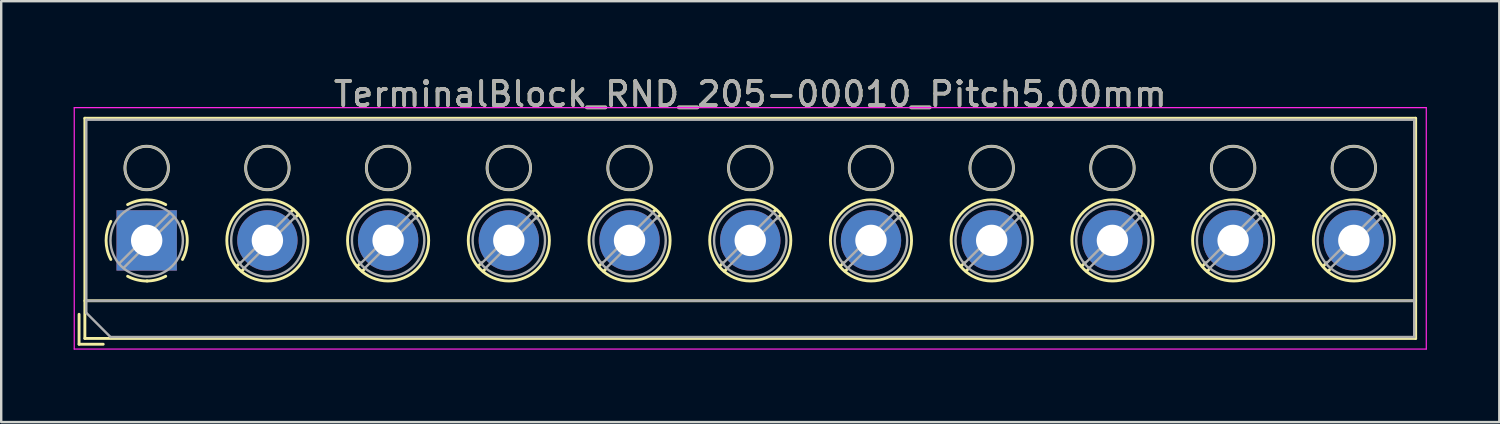
<source format=kicad_pcb>
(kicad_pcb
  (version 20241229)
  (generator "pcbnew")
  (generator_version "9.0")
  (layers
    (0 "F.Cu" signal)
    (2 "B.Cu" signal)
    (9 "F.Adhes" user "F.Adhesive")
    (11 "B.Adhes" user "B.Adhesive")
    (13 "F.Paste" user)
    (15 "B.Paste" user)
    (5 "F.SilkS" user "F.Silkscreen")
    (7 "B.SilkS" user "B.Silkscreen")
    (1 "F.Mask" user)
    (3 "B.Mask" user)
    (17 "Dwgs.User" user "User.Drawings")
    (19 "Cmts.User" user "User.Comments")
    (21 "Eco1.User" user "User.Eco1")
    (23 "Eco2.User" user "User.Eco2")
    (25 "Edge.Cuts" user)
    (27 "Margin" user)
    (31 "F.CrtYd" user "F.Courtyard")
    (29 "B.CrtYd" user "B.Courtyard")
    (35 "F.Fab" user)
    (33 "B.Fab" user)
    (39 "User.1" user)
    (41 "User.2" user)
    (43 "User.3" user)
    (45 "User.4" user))
  (footprint "TerminalBlock_RND_205-00010_Pitch5.00mm"
    (layer "F.Cu")
    (at 3.025 6.908)
    (property "Reference" "TerminalBlock_RND_205-00010_Pitch5.00mm" (at 25 -6.06 0) (layer "F.SilkS") (effects (font (size 1 1) (thickness 0.15))))
    (attr through_hole)
    (fp_line (start -2.8 3.06) (end -2.8 4.3) (stroke (width 0.12) (type solid)) (layer "F.SilkS"))
    (fp_line (start -2.8 4.3) (end -1.8 4.3) (stroke (width 0.12) (type solid)) (layer "F.SilkS"))
    (fp_line (start -2.56 -5.06) (end -2.56 4.06) (stroke (width 0.12) (type solid)) (layer "F.SilkS"))
    (fp_line (start -2.56 2.5) (end 52.56 2.5) (stroke (width 0.12) (type solid)) (layer "F.SilkS"))
    (fp_line (start -2.56 4.06) (end 52.56 4.06) (stroke (width 0.12) (type solid)) (layer "F.SilkS"))
    (fp_line (start 3.867 0.929) (end 3.726 1.069) (stroke (width 0.12) (type solid)) (layer "F.SilkS"))
    (fp_line (start 4.037 1.169) (end 3.931 1.274) (stroke (width 0.12) (type solid)) (layer "F.SilkS"))
    (fp_line (start 6.07 -1.275) (end 5.964 -1.169) (stroke (width 0.12) (type solid)) (layer "F.SilkS"))
    (fp_line (start 6.275 -1.069) (end 6.134 -0.929) (stroke (width 0.12) (type solid)) (layer "F.SilkS"))
    (fp_line (start 8.867 0.929) (end 8.726 1.069) (stroke (width 0.12) (type solid)) (layer "F.SilkS"))
    (fp_line (start 9.037 1.169) (end 8.931 1.274) (stroke (width 0.12) (type solid)) (layer "F.SilkS"))
    (fp_line (start 11.07 -1.275) (end 10.964 -1.169) (stroke (width 0.12) (type solid)) (layer "F.SilkS"))
    (fp_line (start 11.275 -1.069) (end 11.134 -0.929) (stroke (width 0.12) (type solid)) (layer "F.SilkS"))
    (fp_line (start 13.867 0.929) (end 13.726 1.069) (stroke (width 0.12) (type solid)) (layer "F.SilkS"))
    (fp_line (start 14.037 1.169) (end 13.931 1.274) (stroke (width 0.12) (type solid)) (layer "F.SilkS"))
    (fp_line (start 16.07 -1.275) (end 15.964 -1.169) (stroke (width 0.12) (type solid)) (layer "F.SilkS"))
    (fp_line (start 16.275 -1.069) (end 16.134 -0.929) (stroke (width 0.12) (type solid)) (layer "F.SilkS"))
    (fp_line (start 18.867 0.929) (end 18.726 1.069) (stroke (width 0.12) (type solid)) (layer "F.SilkS"))
    (fp_line (start 19.037 1.169) (end 18.931 1.274) (stroke (width 0.12) (type solid)) (layer "F.SilkS"))
    (fp_line (start 21.07 -1.275) (end 20.964 -1.169) (stroke (width 0.12) (type solid)) (layer "F.SilkS"))
    (fp_line (start 21.275 -1.069) (end 21.134 -0.929) (stroke (width 0.12) (type solid)) (layer "F.SilkS"))
    (fp_line (start 23.867 0.929) (end 23.726 1.069) (stroke (width 0.12) (type solid)) (layer "F.SilkS"))
    (fp_line (start 24.037 1.169) (end 23.931 1.274) (stroke (width 0.12) (type solid)) (layer "F.SilkS"))
    (fp_line (start 26.07 -1.275) (end 25.964 -1.169) (stroke (width 0.12) (type solid)) (layer "F.SilkS"))
    (fp_line (start 26.275 -1.069) (end 26.134 -0.929) (stroke (width 0.12) (type solid)) (layer "F.SilkS"))
    (fp_line (start 28.867 0.929) (end 28.726 1.069) (stroke (width 0.12) (type solid)) (layer "F.SilkS"))
    (fp_line (start 29.037 1.169) (end 28.931 1.274) (stroke (width 0.12) (type solid)) (layer "F.SilkS"))
    (fp_line (start 31.07 -1.275) (end 30.964 -1.169) (stroke (width 0.12) (type solid)) (layer "F.SilkS"))
    (fp_line (start 31.275 -1.069) (end 31.134 -0.929) (stroke (width 0.12) (type solid)) (layer "F.SilkS"))
    (fp_line (start 33.867 0.929) (end 33.726 1.069) (stroke (width 0.12) (type solid)) (layer "F.SilkS"))
    (fp_line (start 34.037 1.169) (end 33.931 1.274) (stroke (width 0.12) (type solid)) (layer "F.SilkS"))
    (fp_line (start 36.07 -1.275) (end 35.964 -1.169) (stroke (width 0.12) (type solid)) (layer "F.SilkS"))
    (fp_line (start 36.275 -1.069) (end 36.134 -0.929) (stroke (width 0.12) (type solid)) (layer "F.SilkS"))
    (fp_line (start 38.867 0.929) (end 38.726 1.069) (stroke (width 0.12) (type solid)) (layer "F.SilkS"))
    (fp_line (start 39.037 1.169) (end 38.931 1.274) (stroke (width 0.12) (type solid)) (layer "F.SilkS"))
    (fp_line (start 41.07 -1.275) (end 40.964 -1.169) (stroke (width 0.12) (type solid)) (layer "F.SilkS"))
    (fp_line (start 41.275 -1.069) (end 41.134 -0.929) (stroke (width 0.12) (type solid)) (layer "F.SilkS"))
    (fp_line (start 43.867 0.929) (end 43.726 1.069) (stroke (width 0.12) (type solid)) (layer "F.SilkS"))
    (fp_line (start 44.037 1.169) (end 43.931 1.274) (stroke (width 0.12) (type solid)) (layer "F.SilkS"))
    (fp_line (start 46.07 -1.275) (end 45.964 -1.169) (stroke (width 0.12) (type solid)) (layer "F.SilkS"))
    (fp_line (start 46.275 -1.069) (end 46.134 -0.929) (stroke (width 0.12) (type solid)) (layer "F.SilkS"))
    (fp_line (start 48.867 0.929) (end 48.726 1.069) (stroke (width 0.12) (type solid)) (layer "F.SilkS"))
    (fp_line (start 49.037 1.169) (end 48.931 1.274) (stroke (width 0.12) (type solid)) (layer "F.SilkS"))
    (fp_line (start 51.07 -1.275) (end 50.964 -1.169) (stroke (width 0.12) (type solid)) (layer "F.SilkS"))
    (fp_line (start 51.275 -1.069) (end 51.134 -0.929) (stroke (width 0.12) (type solid)) (layer "F.SilkS"))
    (fp_line (start 52.56 -5.06) (end -2.56 -5.06) (stroke (width 0.12) (type solid)) (layer "F.SilkS"))
    (fp_line (start 52.56 4.06) (end 52.56 -5.06) (stroke (width 0.12) (type solid)) (layer "F.SilkS"))
    (fp_arc (start -1.483953 0.789089) (mid -1.680708 0.00005) (end -1.484 -0.789) (stroke (width 0.12) (type solid)) (layer "F.SilkS"))
    (fp_arc (start -0.789089 -1.483953) (mid -0.00005 -1.680708) (end 0.789 -1.484) (stroke (width 0.12) (type solid)) (layer "F.SilkS"))
    (fp_arc (start 0.029383 1.68045) (mid -0.392304 1.634281) (end -0.789 1.484) (stroke (width 0.12) (type solid)) (layer "F.SilkS"))
    (fp_arc (start 0.788712 1.483352) (mid 0.406429 1.630097) (end 0 1.68) (stroke (width 0.12) (type solid)) (layer "F.SilkS"))
    (fp_arc (start 1.483953 -0.789089) (mid 1.680708 -0.00005) (end 1.484 0.789) (stroke (width 0.12) (type solid)) (layer "F.SilkS"))
    (fp_circle (center 0 -3) (end 0.9 -3) (stroke (width 0.12) (type solid)) (fill no) (layer "F.SilkS"))
    (fp_circle (center 5 -3) (end 5.9 -3) (stroke (width 0.12) (type solid)) (fill no) (layer "F.SilkS"))
    (fp_circle (center 5 0) (end 6.68 0) (stroke (width 0.12) (type solid)) (fill no) (layer "F.SilkS"))
    (fp_circle (center 10 -3) (end 10.9 -3) (stroke (width 0.12) (type solid)) (fill no) (layer "F.SilkS"))
    (fp_circle (center 10 0) (end 11.68 0) (stroke (width 0.12) (type solid)) (fill no) (layer "F.SilkS"))
    (fp_circle (center 15 -3) (end 15.9 -3) (stroke (width 0.12) (type solid)) (fill no) (layer "F.SilkS"))
    (fp_circle (center 15 0) (end 16.68 0) (stroke (width 0.12) (type solid)) (fill no) (layer "F.SilkS"))
    (fp_circle (center 20 -3) (end 20.9 -3) (stroke (width 0.12) (type solid)) (fill no) (layer "F.SilkS"))
    (fp_circle (center 20 0) (end 21.68 0) (stroke (width 0.12) (type solid)) (fill no) (layer "F.SilkS"))
    (fp_circle (center 25 -3) (end 25.9 -3) (stroke (width 0.12) (type solid)) (fill no) (layer "F.SilkS"))
    (fp_circle (center 25 0) (end 26.68 0) (stroke (width 0.12) (type solid)) (fill no) (layer "F.SilkS"))
    (fp_circle (center 30 -3) (end 30.9 -3) (stroke (width 0.12) (type solid)) (fill no) (layer "F.SilkS"))
    (fp_circle (center 30 0) (end 31.68 0) (stroke (width 0.12) (type solid)) (fill no) (layer "F.SilkS"))
    (fp_circle (center 35 -3) (end 35.9 -3) (stroke (width 0.12) (type solid)) (fill no) (layer "F.SilkS"))
    (fp_circle (center 35 0) (end 36.68 0) (stroke (width 0.12) (type solid)) (fill no) (layer "F.SilkS"))
    (fp_circle (center 40 -3) (end 40.9 -3) (stroke (width 0.12) (type solid)) (fill no) (layer "F.SilkS"))
    (fp_circle (center 40 0) (end 41.68 0) (stroke (width 0.12) (type solid)) (fill no) (layer "F.SilkS"))
    (fp_circle (center 45 -3) (end 45.9 -3) (stroke (width 0.12) (type solid)) (fill no) (layer "F.SilkS"))
    (fp_circle (center 45 0) (end 46.68 0) (stroke (width 0.12) (type solid)) (fill no) (layer "F.SilkS"))
    (fp_circle (center 50 -3) (end 50.9 -3) (stroke (width 0.12) (type solid)) (fill no) (layer "F.SilkS"))
    (fp_circle (center 50 0) (end 51.68 0) (stroke (width 0.12) (type solid)) (fill no) (layer "F.SilkS"))
    (fp_line (start -3 -5.5) (end -3 4.5) (stroke (width 0.05) (type solid)) (layer "F.CrtYd"))
    (fp_line (start -3 4.5) (end 53 4.5) (stroke (width 0.05) (type solid)) (layer "F.CrtYd"))
    (fp_line (start 53 -5.5) (end -3 -5.5) (stroke (width 0.05) (type solid)) (layer "F.CrtYd"))
    (fp_line (start 53 4.5) (end 53 -5.5) (stroke (width 0.05) (type solid)) (layer "F.CrtYd"))
    (fp_line (start -2.5 -5) (end 52.5 -5) (stroke (width 0.1) (type solid)) (layer "F.Fab"))
    (fp_line (start -2.5 2.5) (end 52.5 2.5) (stroke (width 0.1) (type solid)) (layer "F.Fab"))
    (fp_line (start -2.5 3) (end -2.5 -5) (stroke (width 0.1) (type solid)) (layer "F.Fab"))
    (fp_line (start -1.5 4) (end -2.5 3) (stroke (width 0.1) (type solid)) (layer "F.Fab"))
    (fp_line (start 0.955 -1.138) (end -1.138 0.955) (stroke (width 0.1) (type solid)) (layer "F.Fab"))
    (fp_line (start 1.138 -0.955) (end -0.955 1.138) (stroke (width 0.1) (type solid)) (layer "F.Fab"))
    (fp_line (start 5.955 -1.138) (end 3.863 0.955) (stroke (width 0.1) (type solid)) (layer "F.Fab"))
    (fp_line (start 6.138 -0.955) (end 4.046 1.138) (stroke (width 0.1) (type solid)) (layer "F.Fab"))
    (fp_line (start 10.955 -1.138) (end 8.863 0.955) (stroke (width 0.1) (type solid)) (layer "F.Fab"))
    (fp_line (start 11.138 -0.955) (end 9.046 1.138) (stroke (width 0.1) (type solid)) (layer "F.Fab"))
    (fp_line (start 15.955 -1.138) (end 13.863 0.955) (stroke (width 0.1) (type solid)) (layer "F.Fab"))
    (fp_line (start 16.138 -0.955) (end 14.046 1.138) (stroke (width 0.1) (type solid)) (layer "F.Fab"))
    (fp_line (start 20.955 -1.138) (end 18.863 0.955) (stroke (width 0.1) (type solid)) (layer "F.Fab"))
    (fp_line (start 21.138 -0.955) (end 19.046 1.138) (stroke (width 0.1) (type solid)) (layer "F.Fab"))
    (fp_line (start 25.955 -1.138) (end 23.863 0.955) (stroke (width 0.1) (type solid)) (layer "F.Fab"))
    (fp_line (start 26.138 -0.955) (end 24.046 1.138) (stroke (width 0.1) (type solid)) (layer "F.Fab"))
    (fp_line (start 30.955 -1.138) (end 28.863 0.955) (stroke (width 0.1) (type solid)) (layer "F.Fab"))
    (fp_line (start 31.138 -0.955) (end 29.046 1.138) (stroke (width 0.1) (type solid)) (layer "F.Fab"))
    (fp_line (start 35.955 -1.138) (end 33.863 0.955) (stroke (width 0.1) (type solid)) (layer "F.Fab"))
    (fp_line (start 36.138 -0.955) (end 34.046 1.138) (stroke (width 0.1) (type solid)) (layer "F.Fab"))
    (fp_line (start 40.955 -1.138) (end 38.863 0.955) (stroke (width 0.1) (type solid)) (layer "F.Fab"))
    (fp_line (start 41.138 -0.955) (end 39.046 1.138) (stroke (width 0.1) (type solid)) (layer "F.Fab"))
    (fp_line (start 45.955 -1.138) (end 43.863 0.955) (stroke (width 0.1) (type solid)) (layer "F.Fab"))
    (fp_line (start 46.138 -0.955) (end 44.046 1.138) (stroke (width 0.1) (type solid)) (layer "F.Fab"))
    (fp_line (start 50.955 -1.138) (end 48.863 0.955) (stroke (width 0.1) (type solid)) (layer "F.Fab"))
    (fp_line (start 51.138 -0.955) (end 49.046 1.138) (stroke (width 0.1) (type solid)) (layer "F.Fab"))
    (fp_line (start 52.5 -5) (end 52.5 4) (stroke (width 0.1) (type solid)) (layer "F.Fab"))
    (fp_line (start 52.5 4) (end -1.5 4) (stroke (width 0.1) (type solid)) (layer "F.Fab"))
    (fp_circle (center 0 -3) (end 0.9 -3) (stroke (width 0.1) (type solid)) (fill no) (layer "F.Fab"))
    (fp_circle (center 0 0) (end 1.5 0) (stroke (width 0.1) (type solid)) (fill no) (layer "F.Fab"))
    (fp_circle (center 5 -3) (end 5.9 -3) (stroke (width 0.1) (type solid)) (fill no) (layer "F.Fab"))
    (fp_circle (center 5 0) (end 6.5 0) (stroke (width 0.1) (type solid)) (fill no) (layer "F.Fab"))
    (fp_circle (center 10 -3) (end 10.9 -3) (stroke (width 0.1) (type solid)) (fill no) (layer "F.Fab"))
    (fp_circle (center 10 0) (end 11.5 0) (stroke (width 0.1) (type solid)) (fill no) (layer "F.Fab"))
    (fp_circle (center 15 -3) (end 15.9 -3) (stroke (width 0.1) (type solid)) (fill no) (layer "F.Fab"))
    (fp_circle (center 15 0) (end 16.5 0) (stroke (width 0.1) (type solid)) (fill no) (layer "F.Fab"))
    (fp_circle (center 20 -3) (end 20.9 -3) (stroke (width 0.1) (type solid)) (fill no) (layer "F.Fab"))
    (fp_circle (center 20 0) (end 21.5 0) (stroke (width 0.1) (type solid)) (fill no) (layer "F.Fab"))
    (fp_circle (center 25 -3) (end 25.9 -3) (stroke (width 0.1) (type solid)) (fill no) (layer "F.Fab"))
    (fp_circle (center 25 0) (end 26.5 0) (stroke (width 0.1) (type solid)) (fill no) (layer "F.Fab"))
    (fp_circle (center 30 -3) (end 30.9 -3) (stroke (width 0.1) (type solid)) (fill no) (layer "F.Fab"))
    (fp_circle (center 30 0) (end 31.5 0) (stroke (width 0.1) (type solid)) (fill no) (layer "F.Fab"))
    (fp_circle (center 35 -3) (end 35.9 -3) (stroke (width 0.1) (type solid)) (fill no) (layer "F.Fab"))
    (fp_circle (center 35 0) (end 36.5 0) (stroke (width 0.1) (type solid)) (fill no) (layer "F.Fab"))
    (fp_circle (center 40 -3) (end 40.9 -3) (stroke (width 0.1) (type solid)) (fill no) (layer "F.Fab"))
    (fp_circle (center 40 0) (end 41.5 0) (stroke (width 0.1) (type solid)) (fill no) (layer "F.Fab"))
    (fp_circle (center 45 -3) (end 45.9 -3) (stroke (width 0.1) (type solid)) (fill no) (layer "F.Fab"))
    (fp_circle (center 45 0) (end 46.5 0) (stroke (width 0.1) (type solid)) (fill no) (layer "F.Fab"))
    (fp_circle (center 50 -3) (end 50.9 -3) (stroke (width 0.1) (type solid)) (fill no) (layer "F.Fab"))
    (fp_circle (center 50 0) (end 51.5 0) (stroke (width 0.1) (type solid)) (fill no) (layer "F.Fab"))
    (fp_text user "${REFERENCE}" (at 25 -6.06 0) (layer "F.Fab") (effects (font (size 1 1) (thickness 0.15))))
    (pad "1" thru_hole rect (at 0 0) (size 2.5 2.5) (drill 1.3) (layers "*.Cu" "*.Mask"))
    (pad "2" thru_hole oval (at 5 0) (size 2.5 2.5) (drill 1.3) (layers "*.Cu" "*.Mask"))
    (pad "3" thru_hole oval (at 10 0) (size 2.5 2.5) (drill 1.3) (layers "*.Cu" "*.Mask"))
    (pad "4" thru_hole oval (at 15 0) (size 2.5 2.5) (drill 1.3) (layers "*.Cu" "*.Mask"))
    (pad "5" thru_hole oval (at 20 0) (size 2.5 2.5) (drill 1.3) (layers "*.Cu" "*.Mask"))
    (pad "6" thru_hole oval (at 25 0) (size 2.5 2.5) (drill 1.3) (layers "*.Cu" "*.Mask"))
    (pad "7" thru_hole oval (at 30 0) (size 2.5 2.5) (drill 1.3) (layers "*.Cu" "*.Mask"))
    (pad "8" thru_hole oval (at 35 0) (size 2.5 2.5) (drill 1.3) (layers "*.Cu" "*.Mask"))
    (pad "9" thru_hole oval (at 40 0) (size 2.5 2.5) (drill 1.3) (layers "*.Cu" "*.Mask"))
    (pad "10" thru_hole oval (at 45 0) (size 2.5 2.5) (drill 1.3) (layers "*.Cu" "*.Mask"))
    (pad "11" thru_hole oval (at 50 0) (size 2.5 2.5) (drill 1.3) (layers "*.Cu" "*.Mask")))
  (gr_rect
    (start -3 -3)
    (end 59.05 14.433)
    (stroke (width 0.1) (type default))
    (fill no)
    (layer "Edge.Cuts")))
</source>
